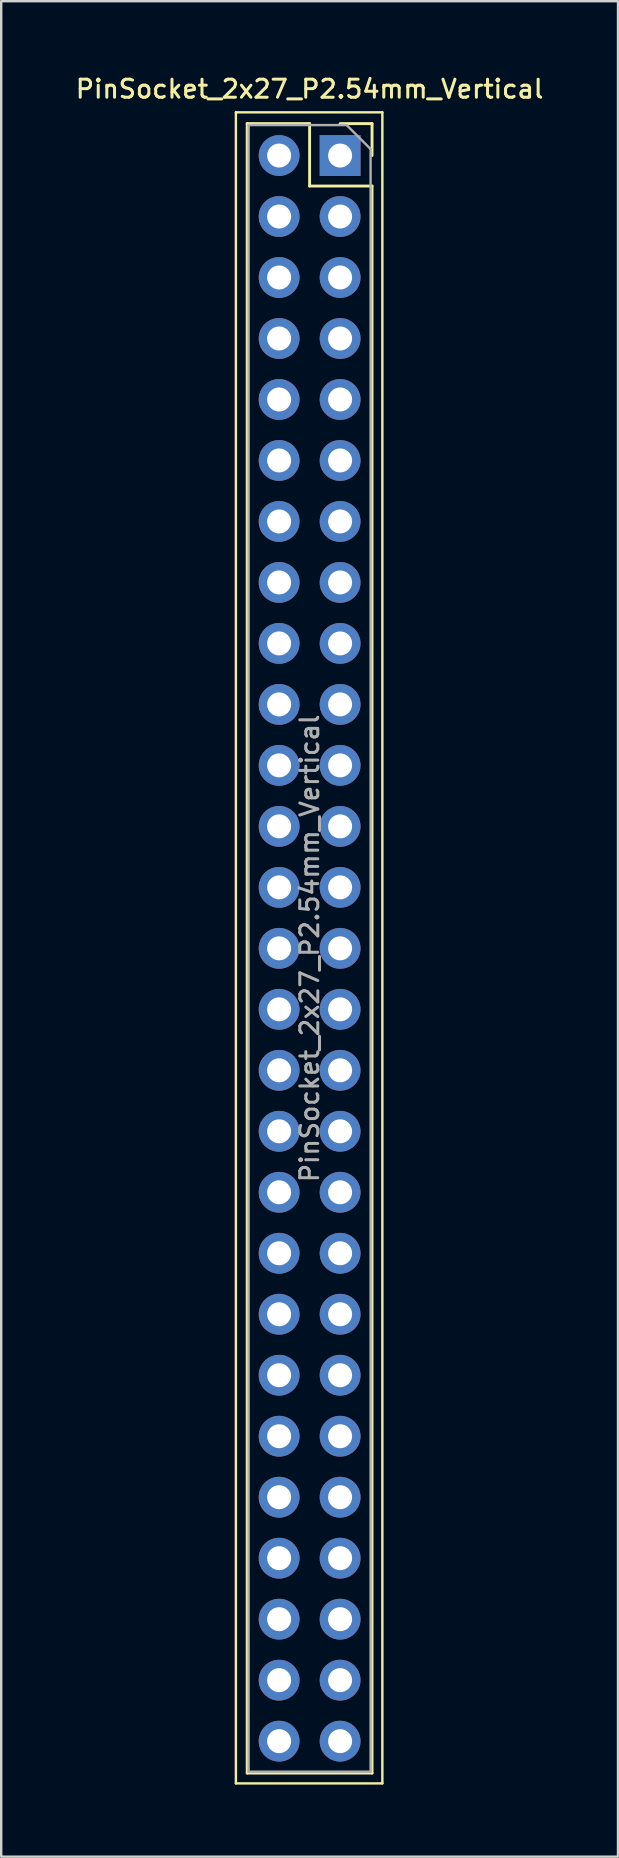
<source format=kicad_pcb>
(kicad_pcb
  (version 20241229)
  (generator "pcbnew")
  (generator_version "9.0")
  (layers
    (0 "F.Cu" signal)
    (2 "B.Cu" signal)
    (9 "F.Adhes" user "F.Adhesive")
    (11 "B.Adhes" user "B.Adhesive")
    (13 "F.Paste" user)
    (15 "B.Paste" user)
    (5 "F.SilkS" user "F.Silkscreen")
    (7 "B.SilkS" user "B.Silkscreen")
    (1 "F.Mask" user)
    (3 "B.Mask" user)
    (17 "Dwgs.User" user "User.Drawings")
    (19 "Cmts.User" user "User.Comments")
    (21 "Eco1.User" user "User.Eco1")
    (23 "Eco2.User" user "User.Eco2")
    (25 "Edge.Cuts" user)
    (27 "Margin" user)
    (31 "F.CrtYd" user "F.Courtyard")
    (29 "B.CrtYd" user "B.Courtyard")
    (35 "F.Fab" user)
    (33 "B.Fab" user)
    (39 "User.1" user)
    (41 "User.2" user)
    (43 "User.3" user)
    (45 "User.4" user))
  (footprint "PinSocket_2x27_P2.54mm_Vertical"
    (layer "F.Cu")
    (at 11.115 3.428)
    (property "Reference" "PinSocket_2x27_P2.54mm_Vertical" (at -1.27 -2.77 0) (layer "F.SilkS") (effects (font (size 0.75 0.75) (thickness 0.125))))
    (attr through_hole)
    (fp_line (start -4.34 -1.8) (end 1.76 -1.8) (stroke (width 0.1) (type solid)) (layer "F.SilkS"))
    (fp_line (start -4.34 67.8) (end -4.34 -1.8) (stroke (width 0.1) (type solid)) (layer "F.SilkS"))
    (fp_line (start -3.87 -1.33) (end -3.87 67.37) (stroke (width 0.12) (type solid)) (layer "F.SilkS"))
    (fp_line (start -3.87 -1.33) (end -1.27 -1.33) (stroke (width 0.12) (type solid)) (layer "F.SilkS"))
    (fp_line (start -3.87 67.37) (end 1.33 67.37) (stroke (width 0.12) (type solid)) (layer "F.SilkS"))
    (fp_line (start -1.27 -1.33) (end -1.27 1.27) (stroke (width 0.12) (type solid)) (layer "F.SilkS"))
    (fp_line (start -1.27 1.27) (end 1.33 1.27) (stroke (width 0.12) (type solid)) (layer "F.SilkS"))
    (fp_line (start 0 -1.33) (end 1.33 -1.33) (stroke (width 0.12) (type solid)) (layer "F.SilkS"))
    (fp_line (start 1.33 -1.33) (end 1.33 0) (stroke (width 0.12) (type solid)) (layer "F.SilkS"))
    (fp_line (start 1.33 1.27) (end 1.33 67.37) (stroke (width 0.12) (type solid)) (layer "F.SilkS"))
    (fp_line (start 1.76 -1.8) (end 1.76 67.8) (stroke (width 0.1) (type solid)) (layer "F.SilkS"))
    (fp_line (start 1.76 67.8) (end -4.34 67.8) (stroke (width 0.1) (type solid)) (layer "F.SilkS"))
    (fp_line (start -3.81 -1.27) (end 0.27 -1.27) (stroke (width 0.1) (type solid)) (layer "F.Fab"))
    (fp_line (start -3.81 67.31) (end -3.81 -1.27) (stroke (width 0.1) (type solid)) (layer "F.Fab"))
    (fp_line (start 0.27 -1.27) (end 1.27 -0.27) (stroke (width 0.1) (type solid)) (layer "F.Fab"))
    (fp_line (start 1.27 -0.27) (end 1.27 67.31) (stroke (width 0.1) (type solid)) (layer "F.Fab"))
    (fp_line (start 1.27 67.31) (end -3.81 67.31) (stroke (width 0.1) (type solid)) (layer "F.Fab"))
    (fp_text user "${REFERENCE}" (at -1.27 33.02 90) (layer "F.Fab") (effects (font (size 0.75 0.75) (thickness 0.125))))
    (pad "1" thru_hole rect (at 0 0) (size 1.7 1.7) (drill 1) (layers "*.Cu" "*.Mask"))
    (pad "2" thru_hole oval (at -2.54 0) (size 1.7 1.7) (drill 1) (layers "*.Cu" "*.Mask"))
    (pad "3" thru_hole oval (at 0 2.54) (size 1.7 1.7) (drill 1) (layers "*.Cu" "*.Mask"))
    (pad "4" thru_hole oval (at -2.54 2.54) (size 1.7 1.7) (drill 1) (layers "*.Cu" "*.Mask"))
    (pad "5" thru_hole oval (at 0 5.08) (size 1.7 1.7) (drill 1) (layers "*.Cu" "*.Mask"))
    (pad "6" thru_hole oval (at -2.54 5.08) (size 1.7 1.7) (drill 1) (layers "*.Cu" "*.Mask"))
    (pad "7" thru_hole oval (at 0 7.62) (size 1.7 1.7) (drill 1) (layers "*.Cu" "*.Mask"))
    (pad "8" thru_hole oval (at -2.54 7.62) (size 1.7 1.7) (drill 1) (layers "*.Cu" "*.Mask"))
    (pad "9" thru_hole oval (at 0 10.16) (size 1.7 1.7) (drill 1) (layers "*.Cu" "*.Mask"))
    (pad "10" thru_hole oval (at -2.54 10.16) (size 1.7 1.7) (drill 1) (layers "*.Cu" "*.Mask"))
    (pad "11" thru_hole oval (at 0 12.7) (size 1.7 1.7) (drill 1) (layers "*.Cu" "*.Mask"))
    (pad "12" thru_hole oval (at -2.54 12.7) (size 1.7 1.7) (drill 1) (layers "*.Cu" "*.Mask"))
    (pad "13" thru_hole oval (at 0 15.24) (size 1.7 1.7) (drill 1) (layers "*.Cu" "*.Mask"))
    (pad "14" thru_hole oval (at -2.54 15.24) (size 1.7 1.7) (drill 1) (layers "*.Cu" "*.Mask"))
    (pad "15" thru_hole oval (at 0 17.78) (size 1.7 1.7) (drill 1) (layers "*.Cu" "*.Mask"))
    (pad "16" thru_hole oval (at -2.54 17.78) (size 1.7 1.7) (drill 1) (layers "*.Cu" "*.Mask"))
    (pad "17" thru_hole oval (at 0 20.32) (size 1.7 1.7) (drill 1) (layers "*.Cu" "*.Mask"))
    (pad "18" thru_hole oval (at -2.54 20.32) (size 1.7 1.7) (drill 1) (layers "*.Cu" "*.Mask"))
    (pad "19" thru_hole oval (at 0 22.86) (size 1.7 1.7) (drill 1) (layers "*.Cu" "*.Mask"))
    (pad "20" thru_hole oval (at -2.54 22.86) (size 1.7 1.7) (drill 1) (layers "*.Cu" "*.Mask"))
    (pad "21" thru_hole oval (at 0 25.4) (size 1.7 1.7) (drill 1) (layers "*.Cu" "*.Mask"))
    (pad "22" thru_hole oval (at -2.54 25.4) (size 1.7 1.7) (drill 1) (layers "*.Cu" "*.Mask"))
    (pad "23" thru_hole oval (at 0 27.94) (size 1.7 1.7) (drill 1) (layers "*.Cu" "*.Mask"))
    (pad "24" thru_hole oval (at -2.54 27.94) (size 1.7 1.7) (drill 1) (layers "*.Cu" "*.Mask"))
    (pad "25" thru_hole oval (at 0 30.48) (size 1.7 1.7) (drill 1) (layers "*.Cu" "*.Mask"))
    (pad "26" thru_hole oval (at -2.54 30.48) (size 1.7 1.7) (drill 1) (layers "*.Cu" "*.Mask"))
    (pad "27" thru_hole oval (at 0 33.02) (size 1.7 1.7) (drill 1) (layers "*.Cu" "*.Mask"))
    (pad "28" thru_hole oval (at -2.54 33.02) (size 1.7 1.7) (drill 1) (layers "*.Cu" "*.Mask"))
    (pad "29" thru_hole oval (at 0 35.56) (size 1.7 1.7) (drill 1) (layers "*.Cu" "*.Mask"))
    (pad "30" thru_hole oval (at -2.54 35.56) (size 1.7 1.7) (drill 1) (layers "*.Cu" "*.Mask"))
    (pad "31" thru_hole oval (at 0 38.1) (size 1.7 1.7) (drill 1) (layers "*.Cu" "*.Mask"))
    (pad "32" thru_hole oval (at -2.54 38.1) (size 1.7 1.7) (drill 1) (layers "*.Cu" "*.Mask"))
    (pad "33" thru_hole oval (at 0 40.64) (size 1.7 1.7) (drill 1) (layers "*.Cu" "*.Mask"))
    (pad "34" thru_hole oval (at -2.54 40.64) (size 1.7 1.7) (drill 1) (layers "*.Cu" "*.Mask"))
    (pad "35" thru_hole oval (at 0 43.18) (size 1.7 1.7) (drill 1) (layers "*.Cu" "*.Mask"))
    (pad "36" thru_hole oval (at -2.54 43.18) (size 1.7 1.7) (drill 1) (layers "*.Cu" "*.Mask"))
    (pad "37" thru_hole oval (at 0 45.72) (size 1.7 1.7) (drill 1) (layers "*.Cu" "*.Mask"))
    (pad "38" thru_hole oval (at -2.54 45.72) (size 1.7 1.7) (drill 1) (layers "*.Cu" "*.Mask"))
    (pad "39" thru_hole oval (at 0 48.26) (size 1.7 1.7) (drill 1) (layers "*.Cu" "*.Mask"))
    (pad "40" thru_hole oval (at -2.54 48.26) (size 1.7 1.7) (drill 1) (layers "*.Cu" "*.Mask"))
    (pad "41" thru_hole oval (at 0 50.8) (size 1.7 1.7) (drill 1) (layers "*.Cu" "*.Mask"))
    (pad "42" thru_hole oval (at -2.54 50.8) (size 1.7 1.7) (drill 1) (layers "*.Cu" "*.Mask"))
    (pad "43" thru_hole oval (at 0 53.34) (size 1.7 1.7) (drill 1) (layers "*.Cu" "*.Mask"))
    (pad "44" thru_hole oval (at -2.54 53.34) (size 1.7 1.7) (drill 1) (layers "*.Cu" "*.Mask"))
    (pad "45" thru_hole oval (at 0 55.88) (size 1.7 1.7) (drill 1) (layers "*.Cu" "*.Mask"))
    (pad "46" thru_hole oval (at -2.54 55.88) (size 1.7 1.7) (drill 1) (layers "*.Cu" "*.Mask"))
    (pad "47" thru_hole oval (at 0 58.42) (size 1.7 1.7) (drill 1) (layers "*.Cu" "*.Mask"))
    (pad "48" thru_hole oval (at -2.54 58.42) (size 1.7 1.7) (drill 1) (layers "*.Cu" "*.Mask"))
    (pad "49" thru_hole oval (at 0 60.96) (size 1.7 1.7) (drill 1) (layers "*.Cu" "*.Mask"))
    (pad "50" thru_hole oval (at -2.54 60.96) (size 1.7 1.7) (drill 1) (layers "*.Cu" "*.Mask"))
    (pad "51" thru_hole oval (at 0 63.5) (size 1.7 1.7) (drill 1) (layers "*.Cu" "*.Mask"))
    (pad "52" thru_hole oval (at -2.54 63.5) (size 1.7 1.7) (drill 1) (layers "*.Cu" "*.Mask"))
    (pad "53" thru_hole oval (at 0 66.04) (size 1.7 1.7) (drill 1) (layers "*.Cu" "*.Mask"))
    (pad "54" thru_hole oval (at -2.54 66.04) (size 1.7 1.7) (drill 1) (layers "*.Cu" "*.Mask")))
  (gr_rect
    (start -3 -3)
    (end 22.689 74.278)
    (stroke (width 0.1) (type default))
    (fill no)
    (layer "Edge.Cuts")))
</source>
